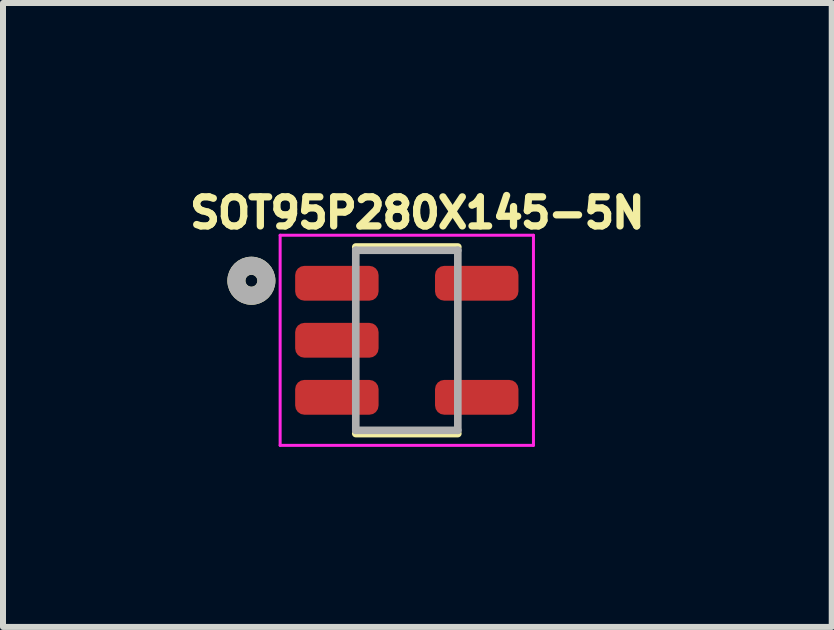
<source format=kicad_pcb>
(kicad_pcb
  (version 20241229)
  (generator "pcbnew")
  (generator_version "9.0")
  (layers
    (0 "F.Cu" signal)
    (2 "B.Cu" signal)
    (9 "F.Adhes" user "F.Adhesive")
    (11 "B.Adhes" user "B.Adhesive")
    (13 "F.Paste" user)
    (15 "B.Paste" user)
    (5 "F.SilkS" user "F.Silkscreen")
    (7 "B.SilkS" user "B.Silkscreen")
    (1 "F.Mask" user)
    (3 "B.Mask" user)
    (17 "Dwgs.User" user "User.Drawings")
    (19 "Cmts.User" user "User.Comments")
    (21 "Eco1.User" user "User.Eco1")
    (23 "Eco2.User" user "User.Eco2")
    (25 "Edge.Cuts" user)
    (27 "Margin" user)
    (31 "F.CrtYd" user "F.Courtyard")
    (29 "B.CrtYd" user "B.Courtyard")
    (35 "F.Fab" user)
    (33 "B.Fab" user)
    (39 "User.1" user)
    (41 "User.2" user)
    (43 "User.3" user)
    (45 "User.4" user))
  (footprint "SOT95P280X145-5N"
    (layer "F.Cu")
    (at 3.727 2.619)
    (property "Reference" "SOT95P280X145-5N" (at 0.176 -2.123 0) (layer "F.SilkS") (effects (font (size 0.484 0.484) (thickness 0.15))))
    (attr smd)
    (fp_line (start -0.85 1.554) (end 0.85 1.554) (stroke (width 0.127) (type solid)) (layer "F.SilkS"))
    (fp_line (start 0.85 -1.554) (end -0.85 -1.554) (stroke (width 0.127) (type solid)) (layer "F.SilkS"))
    (fp_circle (center -2.589 -0.992) (end -2.489 -0.992) (stroke (width 0.3) (type solid)) (fill no) (layer "F.SilkS"))
    (fp_line (start -2.11 -1.75) (end -2.11 1.75) (stroke (width 0.05) (type solid)) (layer "F.CrtYd"))
    (fp_line (start -2.11 1.75) (end 2.11 1.75) (stroke (width 0.05) (type solid)) (layer "F.CrtYd"))
    (fp_line (start 2.11 -1.75) (end -2.11 -1.75) (stroke (width 0.05) (type solid)) (layer "F.CrtYd"))
    (fp_line (start 2.11 1.75) (end 2.11 -1.75) (stroke (width 0.05) (type solid)) (layer "F.CrtYd"))
    (fp_line (start -0.85 -1.5) (end -0.85 1.5) (stroke (width 0.127) (type solid)) (layer "F.Fab"))
    (fp_line (start -0.85 1.5) (end 0.85 1.5) (stroke (width 0.127) (type solid)) (layer "F.Fab"))
    (fp_line (start 0.85 -1.5) (end -0.85 -1.5) (stroke (width 0.127) (type solid)) (layer "F.Fab"))
    (fp_line (start 0.85 1.5) (end 0.85 -1.5) (stroke (width 0.127) (type solid)) (layer "F.Fab"))
    (fp_circle (center -2.589 -0.992) (end -2.489 -0.992) (stroke (width 0.3) (type solid)) (fill no) (layer "F.Fab"))
    (pad "1" smd roundrect (at -1.165 -0.95) (size 1.39 0.58) (layers "F.Cu" "F.Mask" "F.Paste") (roundrect_rratio 0.265))
    (pad "2" smd roundrect (at -1.165 0) (size 1.39 0.58) (layers "F.Cu" "F.Mask" "F.Paste") (roundrect_rratio 0.265))
    (pad "3" smd roundrect (at -1.165 0.95) (size 1.39 0.58) (layers "F.Cu" "F.Mask" "F.Paste") (roundrect_rratio 0.265))
    (pad "4" smd roundrect (at 1.165 0.95) (size 1.39 0.58) (layers "F.Cu" "F.Mask" "F.Paste") (roundrect_rratio 0.265))
    (pad "5" smd roundrect (at 1.165 -0.95) (size 1.39 0.58) (layers "F.Cu" "F.Mask" "F.Paste") (roundrect_rratio 0.265)))
  (gr_rect
    (start -3 -3)
    (end 10.806 7.394)
    (stroke (width 0.1) (type default))
    (fill no)
    (layer "Edge.Cuts")))
</source>
